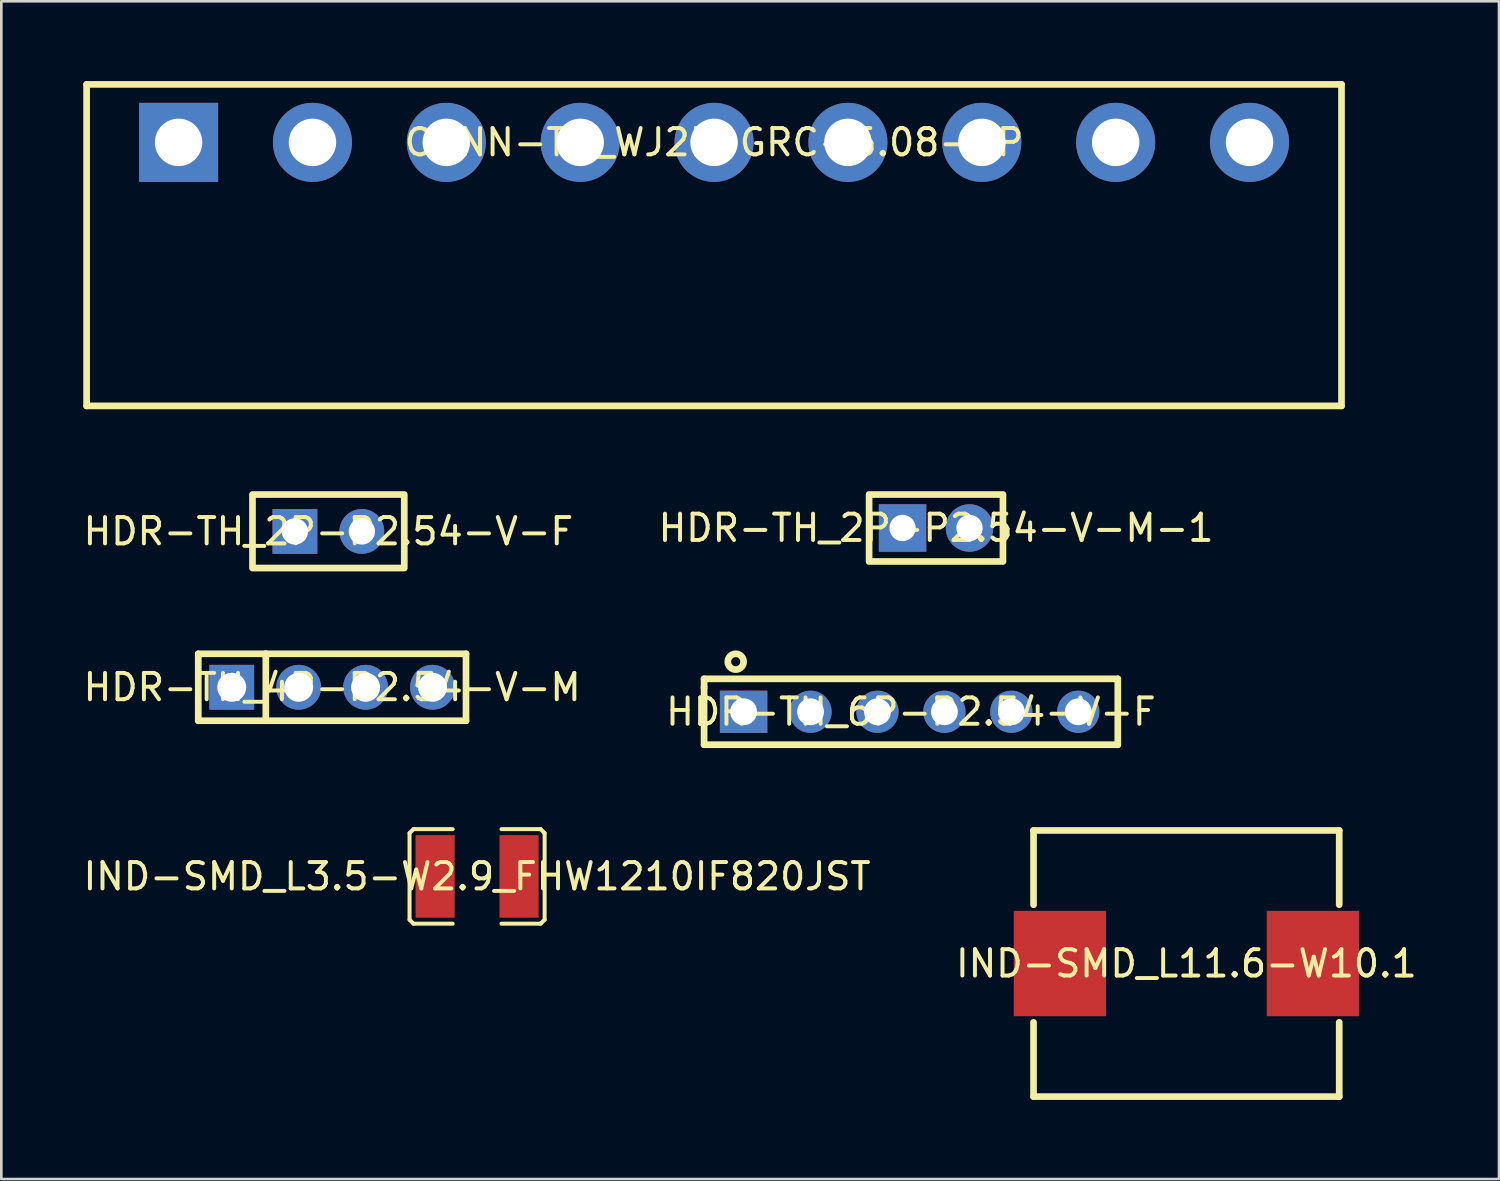
<source format=kicad_pcb>
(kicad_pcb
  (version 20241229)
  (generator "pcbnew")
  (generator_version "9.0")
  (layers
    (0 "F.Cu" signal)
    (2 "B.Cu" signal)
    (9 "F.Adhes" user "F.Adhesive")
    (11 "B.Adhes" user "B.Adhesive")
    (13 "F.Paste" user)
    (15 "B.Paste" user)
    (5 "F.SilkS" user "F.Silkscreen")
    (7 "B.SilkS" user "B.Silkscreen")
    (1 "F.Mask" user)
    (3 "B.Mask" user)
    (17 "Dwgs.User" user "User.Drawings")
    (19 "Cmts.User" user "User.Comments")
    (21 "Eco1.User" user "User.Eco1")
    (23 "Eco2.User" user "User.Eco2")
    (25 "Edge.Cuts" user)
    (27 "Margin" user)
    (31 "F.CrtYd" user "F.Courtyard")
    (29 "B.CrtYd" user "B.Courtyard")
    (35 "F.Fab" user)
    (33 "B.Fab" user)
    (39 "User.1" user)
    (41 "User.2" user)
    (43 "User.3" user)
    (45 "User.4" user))
  (footprint "CONN-TH_WJ2EDGRC-5.08-9P"
    (layer "F.Cu")
    (at 24.047 2.353)
    (property "Reference" "CONN-TH_WJ2EDGRC-5.08-9P" (at 0 0 0) (unlocked yes) (layer "F.SilkS") (effects (font (size 1 1) (thickness 0.15))))
    (fp_line (start -23.81 -2.2) (end -23.81 10) (stroke (width 0.254) (type default)) (layer "F.SilkS"))
    (fp_line (start 23.81 -2.2) (end -23.81 -2.2) (stroke (width 0.254) (type default)) (layer "F.SilkS"))
    (fp_line (start 23.81 -2.2) (end 23.81 10) (stroke (width 0.254) (type default)) (layer "F.SilkS"))
    (fp_line (start 23.81 10) (end -23.81 10) (stroke (width 0.254) (type default)) (layer "F.SilkS"))
    (fp_poly (pts (xy -19.52 0) (xy -19.54 -0.178) (xy -19.599 -0.347) (xy -19.695 -0.499) (xy -19.821 -0.625) (xy -19.973 -0.721) (xy -20.142 -0.78) (xy -20.32 -0.8) (xy -20.498 -0.78) (xy -20.667 -0.721) (xy -20.819 -0.625) (xy -20.945 -0.499) (xy -21.041 -0.347) (xy -21.1 -0.178) (xy -21.12 0) (xy -21.1 0.178) (xy -21.041 0.347) (xy -20.945 0.499) (xy -20.819 0.625) (xy -20.667 0.721) (xy -20.498 0.78) (xy -20.32 0.8) (xy -20.142 0.78) (xy -19.973 0.721) (xy -19.821 0.625) (xy -19.695 0.499) (xy -19.599 0.347) (xy -19.54 0.178)) (stroke (width 0.1) (type default)) (fill no) (layer "User.1"))
    (fp_poly (pts (xy -14.44 0) (xy -14.46 -0.178) (xy -14.519 -0.347) (xy -14.615 -0.499) (xy -14.741 -0.625) (xy -14.893 -0.721) (xy -15.062 -0.78) (xy -15.24 -0.8) (xy -15.418 -0.78) (xy -15.587 -0.721) (xy -15.739 -0.625) (xy -15.865 -0.499) (xy -15.961 -0.347) (xy -16.02 -0.178) (xy -16.04 0) (xy -16.02 0.178) (xy -15.961 0.347) (xy -15.865 0.499) (xy -15.739 0.625) (xy -15.587 0.721) (xy -15.418 0.78) (xy -15.24 0.8) (xy -15.062 0.78) (xy -14.893 0.721) (xy -14.741 0.625) (xy -14.615 0.499) (xy -14.519 0.347) (xy -14.46 0.178)) (stroke (width 0.1) (type default)) (fill no) (layer "User.1"))
    (fp_poly (pts (xy -9.36 0) (xy -9.38 -0.178) (xy -9.439 -0.347) (xy -9.535 -0.499) (xy -9.661 -0.625) (xy -9.813 -0.721) (xy -9.982 -0.78) (xy -10.16 -0.8) (xy -10.338 -0.78) (xy -10.507 -0.721) (xy -10.659 -0.625) (xy -10.785 -0.499) (xy -10.881 -0.347) (xy -10.94 -0.178) (xy -10.96 0) (xy -10.94 0.178) (xy -10.881 0.347) (xy -10.785 0.499) (xy -10.659 0.625) (xy -10.507 0.721) (xy -10.338 0.78) (xy -10.16 0.8) (xy -9.982 0.78) (xy -9.813 0.721) (xy -9.661 0.625) (xy -9.535 0.499) (xy -9.439 0.347) (xy -9.38 0.178)) (stroke (width 0.1) (type default)) (fill no) (layer "User.1"))
    (fp_poly (pts (xy -4.28 0) (xy -4.3 -0.178) (xy -4.359 -0.347) (xy -4.455 -0.499) (xy -4.581 -0.625) (xy -4.733 -0.721) (xy -4.902 -0.78) (xy -5.08 -0.8) (xy -5.258 -0.78) (xy -5.427 -0.721) (xy -5.579 -0.625) (xy -5.705 -0.499) (xy -5.801 -0.347) (xy -5.86 -0.178) (xy -5.88 0) (xy -5.86 0.178) (xy -5.801 0.347) (xy -5.705 0.499) (xy -5.579 0.625) (xy -5.427 0.721) (xy -5.258 0.78) (xy -5.08 0.8) (xy -4.902 0.78) (xy -4.733 0.721) (xy -4.581 0.625) (xy -4.455 0.499) (xy -4.359 0.347) (xy -4.3 0.178)) (stroke (width 0.1) (type default)) (fill no) (layer "User.1"))
    (fp_poly (pts (xy 0.8 0) (xy 0.78 -0.178) (xy 0.721 -0.347) (xy 0.625 -0.499) (xy 0.499 -0.625) (xy 0.347 -0.721) (xy 0.178 -0.78) (xy 0 -0.8) (xy -0.178 -0.78) (xy -0.347 -0.721) (xy -0.499 -0.625) (xy -0.625 -0.499) (xy -0.721 -0.347) (xy -0.78 -0.178) (xy -0.8 0) (xy -0.78 0.178) (xy -0.721 0.347) (xy -0.625 0.499) (xy -0.499 0.625) (xy -0.347 0.721) (xy -0.178 0.78) (xy 0 0.8) (xy 0.178 0.78) (xy 0.347 0.721) (xy 0.499 0.625) (xy 0.625 0.499) (xy 0.721 0.347) (xy 0.78 0.178)) (stroke (width 0.1) (type default)) (fill no) (layer "User.1"))
    (fp_poly (pts (xy 5.88 0) (xy 5.86 -0.178) (xy 5.801 -0.347) (xy 5.705 -0.499) (xy 5.579 -0.625) (xy 5.427 -0.721) (xy 5.258 -0.78) (xy 5.08 -0.8) (xy 4.902 -0.78) (xy 4.733 -0.721) (xy 4.581 -0.625) (xy 4.455 -0.499) (xy 4.359 -0.347) (xy 4.3 -0.178) (xy 4.28 0) (xy 4.3 0.178) (xy 4.359 0.347) (xy 4.455 0.499) (xy 4.581 0.625) (xy 4.733 0.721) (xy 4.902 0.78) (xy 5.08 0.8) (xy 5.258 0.78) (xy 5.427 0.721) (xy 5.579 0.625) (xy 5.705 0.499) (xy 5.801 0.347) (xy 5.86 0.178)) (stroke (width 0.1) (type default)) (fill no) (layer "User.1"))
    (fp_poly (pts (xy 10.96 0) (xy 10.94 -0.178) (xy 10.881 -0.347) (xy 10.785 -0.499) (xy 10.659 -0.625) (xy 10.507 -0.721) (xy 10.338 -0.78) (xy 10.16 -0.8) (xy 9.982 -0.78) (xy 9.813 -0.721) (xy 9.661 -0.625) (xy 9.535 -0.499) (xy 9.439 -0.347) (xy 9.38 -0.178) (xy 9.36 0) (xy 9.38 0.178) (xy 9.439 0.347) (xy 9.535 0.499) (xy 9.661 0.625) (xy 9.813 0.721) (xy 9.982 0.78) (xy 10.16 0.8) (xy 10.338 0.78) (xy 10.507 0.721) (xy 10.659 0.625) (xy 10.785 0.499) (xy 10.881 0.347) (xy 10.94 0.178)) (stroke (width 0.1) (type default)) (fill no) (layer "User.1"))
    (fp_poly (pts (xy 16.04 0) (xy 16.02 -0.178) (xy 15.961 -0.347) (xy 15.865 -0.499) (xy 15.739 -0.625) (xy 15.587 -0.721) (xy 15.418 -0.78) (xy 15.24 -0.8) (xy 15.062 -0.78) (xy 14.893 -0.721) (xy 14.741 -0.625) (xy 14.615 -0.499) (xy 14.519 -0.347) (xy 14.46 -0.178) (xy 14.44 0) (xy 14.46 0.178) (xy 14.519 0.347) (xy 14.615 0.499) (xy 14.741 0.625) (xy 14.893 0.721) (xy 15.062 0.78) (xy 15.24 0.8) (xy 15.418 0.78) (xy 15.587 0.721) (xy 15.739 0.625) (xy 15.865 0.499) (xy 15.961 0.347) (xy 16.02 0.178)) (stroke (width 0.1) (type default)) (fill no) (layer "User.1"))
    (fp_poly (pts (xy 21.12 0) (xy 21.1 -0.178) (xy 21.041 -0.347) (xy 20.945 -0.499) (xy 20.819 -0.625) (xy 20.667 -0.721) (xy 20.498 -0.78) (xy 20.32 -0.8) (xy 20.142 -0.78) (xy 19.973 -0.721) (xy 19.821 -0.625) (xy 19.695 -0.499) (xy 19.599 -0.347) (xy 19.54 -0.178) (xy 19.52 0) (xy 19.54 0.178) (xy 19.599 0.347) (xy 19.695 0.499) (xy 19.821 0.625) (xy 19.973 0.721) (xy 20.142 0.78) (xy 20.32 0.8) (xy 20.498 0.78) (xy 20.667 0.721) (xy 20.819 0.625) (xy 20.945 0.499) (xy 21.041 0.347) (xy 21.1 0.178)) (stroke (width 0.1) (type default)) (fill no) (layer "User.1"))
    (fp_line (start -23.937 -2.327) (end 23.937 -2.327) (stroke (width 0.051) (type default)) (layer "User.2"))
    (fp_line (start -23.937 10.127) (end -23.937 -2.327) (stroke (width 0.051) (type default)) (layer "User.2"))
    (fp_line (start 23.937 -2.327) (end 23.937 10.127) (stroke (width 0.051) (type default)) (layer "User.2"))
    (fp_line (start 23.937 10.127) (end -23.937 10.127) (stroke (width 0.051) (type default)) (layer "User.2"))
    (fp_poly (pts (xy -23.877 10.127) (xy -23.895 10.085) (xy -23.937 10.067) (xy -23.979 10.085) (xy -23.997 10.127) (xy -23.979 10.169) (xy -23.937 10.187) (xy -23.895 10.169)) (stroke (width 0.1) (type default)) (fill no) (layer "User.3"))
    (pad "1" thru_hole rect (at -20.32 0) (size 3 3) (drill 1.8) (layers "*.Cu" "*.Mask"))
    (pad "2" thru_hole circle (at -15.24 0) (size 3 3) (drill 1.8) (layers "*.Cu" "*.Mask"))
    (pad "3" thru_hole circle (at -10.16 0) (size 3 3) (drill 1.8) (layers "*.Cu" "*.Mask"))
    (pad "4" thru_hole circle (at -5.08 0) (size 3 3) (drill 1.8) (layers "*.Cu" "*.Mask"))
    (pad "5" thru_hole circle (at 0 0) (size 3 3) (drill 1.8) (layers "*.Cu" "*.Mask"))
    (pad "6" thru_hole circle (at 5.08 0) (size 3 3) (drill 1.8) (layers "*.Cu" "*.Mask"))
    (pad "7" thru_hole circle (at 10.16 0) (size 3 3) (drill 1.8) (layers "*.Cu" "*.Mask"))
    (pad "8" thru_hole circle (at 15.24 0) (size 3 3) (drill 1.8) (layers "*.Cu" "*.Mask"))
    (pad "9" thru_hole circle (at 20.32 0) (size 3 3) (drill 1.8) (layers "*.Cu" "*.Mask")))
  (footprint "HDR-TH_6P-P2.54-V-F"
    (layer "F.Cu")
    (at 31.518 23.96)
    (property "Reference" "HDR-TH_6P-P2.54-V-F" (at 0 0 0) (unlocked yes) (layer "F.SilkS") (effects (font (size 1 1) (thickness 0.15))))
    (fp_line (start -7.85 -1.25) (end 7.85 -1.25) (stroke (width 0.254) (type default)) (layer "F.SilkS"))
    (fp_line (start -7.85 -0.9) (end -7.85 -1.25) (stroke (width 0.254) (type default)) (layer "F.SilkS"))
    (fp_line (start -7.85 1.25) (end -7.85 -0.95) (stroke (width 0.254) (type default)) (layer "F.SilkS"))
    (fp_line (start 7.85 -1.25) (end 7.85 1.25) (stroke (width 0.254) (type default)) (layer "F.SilkS"))
    (fp_line (start 7.85 1.25) (end -7.85 1.25) (stroke (width 0.254) (type default)) (layer "F.SilkS"))
    (fp_circle (center -6.65 -1.9) (end -6.35 -1.9) (stroke (width 0.254) (type default)) (fill no) (layer "F.SilkS"))
    (fp_poly (pts (xy -6.67 -0.15) (xy -6.03 -0.15) (xy -6.03 0.15) (xy -6.67 0.15)) (stroke (width 0.1) (type default)) (fill no) (layer "User.1"))
    (fp_poly (pts (xy -4.13 -0.15) (xy -3.49 -0.15) (xy -3.49 0.15) (xy -4.13 0.15)) (stroke (width 0.1) (type default)) (fill no) (layer "User.1"))
    (fp_poly (pts (xy -1.59 -0.15) (xy -0.95 -0.15) (xy -0.95 0.15) (xy -1.59 0.15)) (stroke (width 0.1) (type default)) (fill no) (layer "User.1"))
    (fp_poly (pts (xy 0.95 -0.15) (xy 1.59 -0.15) (xy 1.59 0.15) (xy 0.95 0.15)) (stroke (width 0.1) (type default)) (fill no) (layer "User.1"))
    (fp_poly (pts (xy 3.49 -0.15) (xy 4.13 -0.15) (xy 4.13 0.15) (xy 3.49 0.15)) (stroke (width 0.1) (type default)) (fill no) (layer "User.1"))
    (fp_poly (pts (xy 6.03 -0.15) (xy 6.67 -0.15) (xy 6.67 0.15) (xy 6.03 0.15)) (stroke (width 0.1) (type default)) (fill no) (layer "User.1"))
    (fp_line (start -7.87 -1.25) (end 7.87 -1.25) (stroke (width 0.051) (type default)) (layer "User.2"))
    (fp_line (start -7.87 1.25) (end -7.87 -1.25) (stroke (width 0.051) (type default)) (layer "User.2"))
    (fp_line (start 7.87 -1.25) (end 7.87 1.25) (stroke (width 0.051) (type default)) (layer "User.2"))
    (fp_line (start 7.87 1.25) (end -7.87 1.25) (stroke (width 0.051) (type default)) (layer "User.2"))
    (fp_poly (pts (xy -7.81 1.25) (xy -7.828 1.208) (xy -7.87 1.19) (xy -7.912 1.208) (xy -7.93 1.25) (xy -7.912 1.292) (xy -7.87 1.31) (xy -7.828 1.292)) (stroke (width 0.1) (type default)) (fill no) (layer "User.3"))
    (pad "1" thru_hole rect (at -6.35 0) (size 1.8 1.6) (drill 1.02) (layers "*.Cu" "*.Mask"))
    (pad "2" thru_hole circle (at -3.81 0) (size 1.6 1.6) (drill 1.02) (layers "*.Cu" "*.Mask"))
    (pad "3" thru_hole circle (at -1.27 0) (size 1.6 1.6) (drill 1.02) (layers "*.Cu" "*.Mask"))
    (pad "4" thru_hole circle (at 1.27 0) (size 1.6 1.6) (drill 1.02) (layers "*.Cu" "*.Mask"))
    (pad "5" thru_hole circle (at 3.81 0) (size 1.6 1.6) (drill 1.02) (layers "*.Cu" "*.Mask"))
    (pad "6" thru_hole circle (at 6.35 0) (size 1.6 1.6) (drill 1.02) (layers "*.Cu" "*.Mask")))
  (footprint "HDR-TH_4P-P2.54-V-M"
    (layer "F.Cu")
    (at 9.554 23.03)
    (property "Reference" "HDR-TH_4P-P2.54-V-M" (at 0 0 0) (unlocked yes) (layer "F.SilkS") (effects (font (size 1 1) (thickness 0.15))))
    (fp_line (start -5.08 -1.27) (end -2.517 -1.27) (stroke (width 0.254) (type default)) (layer "F.SilkS"))
    (fp_line (start -5.08 1.27) (end -5.08 -1.27) (stroke (width 0.254) (type default)) (layer "F.SilkS"))
    (fp_line (start -2.517 -1.27) (end -2.517 1.27) (stroke (width 0.254) (type default)) (layer "F.SilkS"))
    (fp_line (start -2.517 -1.27) (end 5.08 -1.27) (stroke (width 0.254) (type default)) (layer "F.SilkS"))
    (fp_line (start 5.08 -1.27) (end 5.08 1.27) (stroke (width 0.254) (type default)) (layer "F.SilkS"))
    (fp_line (start 5.08 1.27) (end -5.08 1.27) (stroke (width 0.254) (type default)) (layer "F.SilkS"))
    (fp_poly (pts (xy -4.13 -0.32) (xy -3.49 -0.32) (xy -3.49 0.32) (xy -4.13 0.32)) (stroke (width 0.1) (type default)) (fill no) (layer "User.1"))
    (fp_poly (pts (xy -1.59 -0.32) (xy -0.95 -0.32) (xy -0.95 0.32) (xy -1.59 0.32)) (stroke (width 0.1) (type default)) (fill no) (layer "User.1"))
    (fp_poly (pts (xy 0.95 -0.32) (xy 1.59 -0.32) (xy 1.59 0.32) (xy 0.95 0.32)) (stroke (width 0.1) (type default)) (fill no) (layer "User.1"))
    (fp_poly (pts (xy 3.49 -0.32) (xy 4.13 -0.32) (xy 4.13 0.32) (xy 3.49 0.32)) (stroke (width 0.1) (type default)) (fill no) (layer "User.1"))
    (fp_line (start -5.08 -1.25) (end 5.08 -1.25) (stroke (width 0.051) (type default)) (layer "User.2"))
    (fp_line (start -5.08 1.25) (end -5.08 -1.25) (stroke (width 0.051) (type default)) (layer "User.2"))
    (fp_line (start 5.08 -1.25) (end 5.08 1.25) (stroke (width 0.051) (type default)) (layer "User.2"))
    (fp_line (start 5.08 1.25) (end -5.08 1.25) (stroke (width 0.051) (type default)) (layer "User.2"))
    (fp_poly (pts (xy -5.02 1.25) (xy -5.038 1.208) (xy -5.08 1.19) (xy -5.122 1.208) (xy -5.14 1.25) (xy -5.122 1.292) (xy -5.08 1.31) (xy -5.038 1.292)) (stroke (width 0.1) (type default)) (fill no) (layer "User.3"))
    (pad "1" thru_hole rect (at -3.81 0) (size 1.7 1.7) (drill 1.1) (layers "*.Cu" "*.Mask"))
    (pad "2" thru_hole circle (at -1.27 0) (size 1.7 1.7) (drill 1.1) (layers "*.Cu" "*.Mask"))
    (pad "3" thru_hole circle (at 1.27 0) (size 1.7 1.7) (drill 1.1) (layers "*.Cu" "*.Mask"))
    (pad "4" thru_hole circle (at 3.81 0) (size 1.7 1.7) (drill 1.1) (layers "*.Cu" "*.Mask")))
  (footprint "IND-SMD_L11.6-W10.1"
    (layer "F.Cu")
    (at 41.97 33.514)
    (property "Reference" "IND-SMD_L11.6-W10.1" (at 0 0 0) (unlocked yes) (layer "F.SilkS") (effects (font (size 1 1) (thickness 0.15))))
    (fp_line (start -5.8 -5.05) (end 5.8 -5.05) (stroke (width 0.254) (type default)) (layer "F.SilkS"))
    (fp_line (start -5.8 -2.231) (end -5.8 -5.05) (stroke (width 0.254) (type default)) (layer "F.SilkS"))
    (fp_line (start -5.8 5.05) (end -5.8 2.231) (stroke (width 0.254) (type default)) (layer "F.SilkS"))
    (fp_line (start 5.8 -5.05) (end 5.8 -2.231) (stroke (width 0.254) (type default)) (layer "F.SilkS"))
    (fp_line (start 5.8 2.231) (end 5.8 5.05) (stroke (width 0.254) (type default)) (layer "F.SilkS"))
    (fp_line (start 5.8 5.05) (end -5.8 5.05) (stroke (width 0.254) (type default)) (layer "F.SilkS"))
    (fp_poly (pts (xy -5.8 -1.5) (xy -3.3 -1.5) (xy -3.3 1.5) (xy -5.8 1.5)) (stroke (width 0.1) (type default)) (fill no) (layer "User.1"))
    (fp_poly (pts (xy 3.3 -1.5) (xy 5.8 -1.5) (xy 5.8 1.5) (xy 3.3 1.5)) (stroke (width 0.1) (type default)) (fill no) (layer "User.1"))
    (fp_line (start -5.8 -5.05) (end 5.8 -5.05) (stroke (width 0.051) (type default)) (layer "User.2"))
    (fp_line (start -5.8 5.05) (end -5.8 -5.05) (stroke (width 0.051) (type default)) (layer "User.2"))
    (fp_line (start 5.8 -5.05) (end 5.8 5.05) (stroke (width 0.051) (type default)) (layer "User.2"))
    (fp_line (start 5.8 5.05) (end -5.8 5.05) (stroke (width 0.051) (type default)) (layer "User.2"))
    (fp_poly (pts (xy -5.74 5.05) (xy -5.758 5.008) (xy -5.8 4.99) (xy -5.842 5.008) (xy -5.86 5.05) (xy -5.842 5.092) (xy -5.8 5.11) (xy -5.758 5.092)) (stroke (width 0.1) (type default)) (fill no) (layer "User.3"))
    (pad "1" smd rect (at -4.8 0) (size 3.5 4) (layers "F.Cu" "F.Mask" "F.Paste"))
    (pad "2" smd rect (at 4.8 0) (size 3.5 4) (layers "F.Cu" "F.Mask" "F.Paste")))
  (footprint "HDR-TH_2P-P2.54-V-F"
    (layer "F.Cu")
    (at 9.411 17.116)
    (property "Reference" "HDR-TH_2P-P2.54-V-F" (at 0 0 0) (unlocked yes) (layer "F.SilkS") (effects (font (size 1 1) (thickness 0.15))))
    (fp_rect (start -2.88 -1.4) (end 2.88 1.39) (stroke (width 0.254) (type default)) (fill no) (layer "F.SilkS"))
    (fp_poly (pts (xy -1.67 -0.1) (xy -0.87 -0.1) (xy -0.87 0.1) (xy -1.67 0.1)) (stroke (width 0.1) (type default)) (fill no) (layer "User.1"))
    (fp_poly (pts (xy 0.87 -0.1) (xy 1.67 -0.1) (xy 1.67 0.1) (xy 0.87 0.1)) (stroke (width 0.1) (type default)) (fill no) (layer "User.1"))
    (fp_line (start -2.74 -1.25) (end 2.74 -1.25) (stroke (width 0.051) (type default)) (layer "User.2"))
    (fp_line (start -2.74 1.25) (end -2.74 -1.25) (stroke (width 0.051) (type default)) (layer "User.2"))
    (fp_line (start 2.74 -1.25) (end 2.74 1.25) (stroke (width 0.051) (type default)) (layer "User.2"))
    (fp_line (start 2.74 1.25) (end -2.74 1.25) (stroke (width 0.051) (type default)) (layer "User.2"))
    (fp_poly (pts (xy -2.68 1.25) (xy -2.698 1.208) (xy -2.74 1.19) (xy -2.782 1.208) (xy -2.8 1.25) (xy -2.782 1.292) (xy -2.74 1.31) (xy -2.698 1.292)) (stroke (width 0.1) (type default)) (fill no) (layer "User.3"))
    (pad "1" thru_hole rect (at -1.27 0) (size 1.7 1.7) (drill 1) (layers "*.Cu" "*.Mask"))
    (pad "2" thru_hole circle (at 1.27 0) (size 1.7 1.7) (drill 1) (layers "*.Cu" "*.Mask")))
  (footprint "HDR-TH_2P-P2.54-V-M-1"
    (layer "F.Cu")
    (at 32.47 16.986)
    (property "Reference" "HDR-TH_2P-P2.54-V-M-1" (at 0 0 0) (unlocked yes) (layer "F.SilkS") (effects (font (size 1 1) (thickness 0.15))))
    (fp_rect (start -2.54 -1.27) (end 2.54 1.27) (stroke (width 0.254) (type default)) (fill no) (layer "F.SilkS"))
    (fp_poly (pts (xy -1.59 -0.32) (xy -0.95 -0.32) (xy -0.95 0.32) (xy -1.59 0.32)) (stroke (width 0.1) (type default)) (fill no) (layer "User.1"))
    (fp_poly (pts (xy 0.95 -0.32) (xy 1.59 -0.32) (xy 1.59 0.32) (xy 0.95 0.32)) (stroke (width 0.1) (type default)) (fill no) (layer "User.1"))
    (fp_line (start -2.54 -1.27) (end 2.54 -1.27) (stroke (width 0.051) (type default)) (layer "User.2"))
    (fp_line (start -2.54 1.27) (end -2.54 -1.27) (stroke (width 0.051) (type default)) (layer "User.2"))
    (fp_line (start 2.54 -1.27) (end 2.54 1.27) (stroke (width 0.051) (type default)) (layer "User.2"))
    (fp_line (start 2.54 1.27) (end -2.54 1.27) (stroke (width 0.051) (type default)) (layer "User.2"))
    (fp_poly (pts (xy -2.48 1.27) (xy -2.498 1.228) (xy -2.54 1.21) (xy -2.582 1.228) (xy -2.6 1.27) (xy -2.582 1.312) (xy -2.54 1.33) (xy -2.498 1.312)) (stroke (width 0.1) (type default)) (fill no) (layer "User.3"))
    (pad "1" thru_hole rect (at -1.27 0) (size 1.8 1.8) (drill 1) (layers "*.Cu" "*.Mask"))
    (pad "2" thru_hole circle (at 1.27 0) (size 1.8 1.8) (drill 1) (layers "*.Cu" "*.Mask")))
  (footprint "IND-SMD_L3.5-W2.9_FHW1210IF820JST"
    (layer "F.Cu")
    (at 15.054 30.208)
    (property "Reference" "IND-SMD_L3.5-W2.9_FHW1210IF820JST" (at 0 0 0) (unlocked yes) (layer "F.SilkS") (effects (font (size 1 1) (thickness 0.15))))
    (fp_line (start -2.563 -1.643) (end -2.563 1.642) (stroke (width 0.152) (type default)) (layer "F.SilkS"))
    (fp_line (start -2.563 1.642) (end -2.411 1.794) (stroke (width 0.152) (type default)) (layer "F.SilkS"))
    (fp_line (start -2.411 -1.794) (end -2.563 -1.643) (stroke (width 0.152) (type default)) (layer "F.SilkS"))
    (fp_line (start -2.411 1.794) (end -0.926 1.794) (stroke (width 0.152) (type default)) (layer "F.SilkS"))
    (fp_line (start -0.926 -1.794) (end -2.411 -1.794) (stroke (width 0.152) (type default)) (layer "F.SilkS"))
    (fp_line (start 0.926 -1.794) (end 2.411 -1.794) (stroke (width 0.152) (type default)) (layer "F.SilkS"))
    (fp_line (start 2.411 -1.794) (end 2.563 -1.643) (stroke (width 0.152) (type default)) (layer "F.SilkS"))
    (fp_line (start 2.411 1.794) (end 0.926 1.794) (stroke (width 0.152) (type default)) (layer "F.SilkS"))
    (fp_line (start 2.563 -1.643) (end 2.563 1.642) (stroke (width 0.152) (type default)) (layer "F.SilkS"))
    (fp_line (start 2.563 1.642) (end 2.411 1.794) (stroke (width 0.152) (type default)) (layer "F.SilkS"))
    (fp_poly (pts (xy -1.75 -1.05) (xy -1.25 -1.05) (xy -1.25 1.05) (xy -1.75 1.05)) (stroke (width 0.1) (type default)) (fill no) (layer "User.1"))
    (fp_poly (pts (xy 1.25 -1.05) (xy 1.75 -1.05) (xy 1.75 1.05) (xy 1.25 1.05)) (stroke (width 0.1) (type default)) (fill no) (layer "User.1"))
    (fp_line (start -1.75 -1.45) (end -1.75 1.45) (stroke (width 0.051) (type default)) (layer "User.2"))
    (fp_line (start -1.75 1.45) (end 1.75 1.45) (stroke (width 0.051) (type default)) (layer "User.2"))
    (fp_line (start 1.75 -1.45) (end -1.75 -1.45) (stroke (width 0.051) (type default)) (layer "User.2"))
    (fp_line (start 1.75 1.45) (end 1.75 -1.45) (stroke (width 0.051) (type default)) (layer "User.2"))
    (fp_poly (pts (xy -1.69 1.45) (xy -1.708 1.408) (xy -1.75 1.39) (xy -1.792 1.408) (xy -1.81 1.45) (xy -1.792 1.492) (xy -1.75 1.51) (xy -1.708 1.492)) (stroke (width 0.1) (type default)) (fill no) (layer "User.3"))
    (pad "1" smd rect (at -1.593 0) (size 1.485 3.132) (layers "F.Cu" "F.Mask" "F.Paste"))
    (pad "2" smd rect (at 1.593 0) (size 1.485 3.132) (layers "F.Cu" "F.Mask" "F.Paste")))
  (gr_rect
    (start -3 -3)
    (end 53.833 41.691)
    (stroke (width 0.1) (type default))
    (fill no)
    (layer "Edge.Cuts")))
</source>
